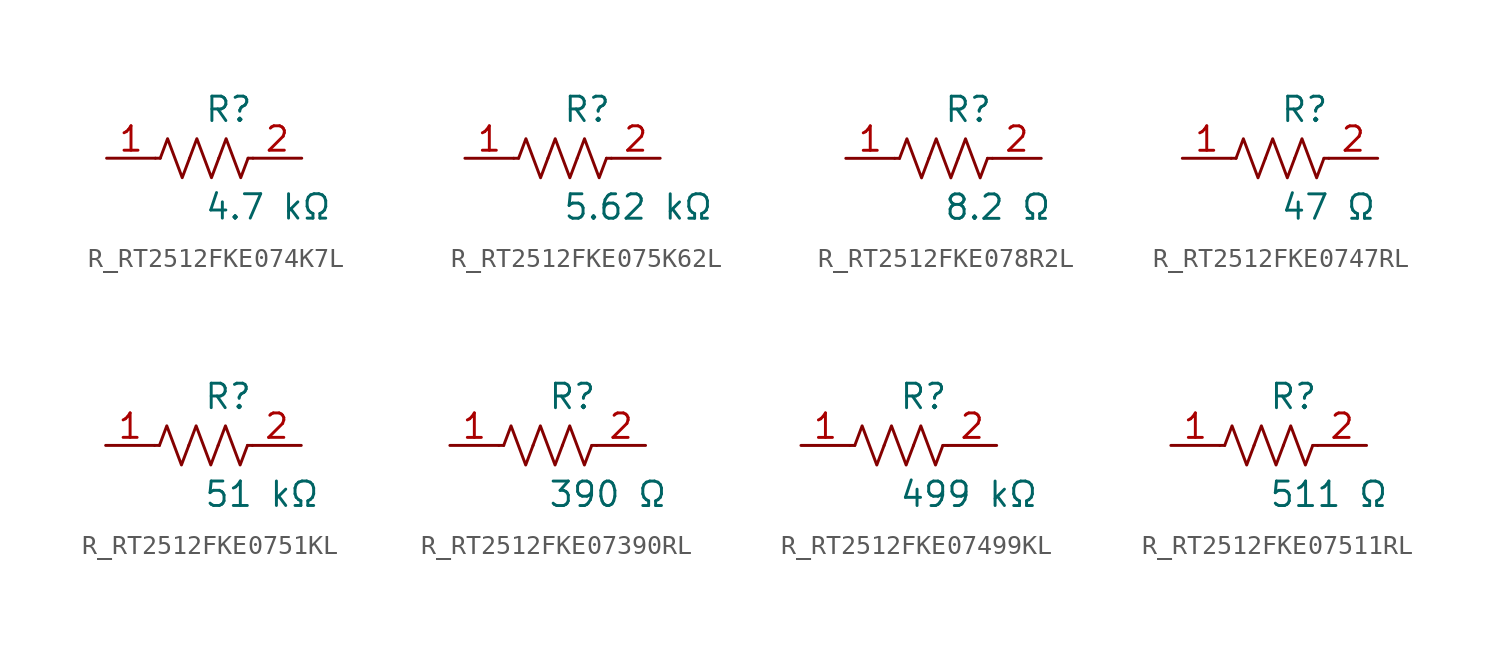
<source format=kicad_sym>
(kicad_symbol_lib
  (version 20231120)
  (generator kicad_symbol_editor)
  (generator_version 8.0)
  (symbol "R_RT2512FKE074K7L"
    (pin_names
      (offset 0.254))
    (property "Reference" "R"
      (at 0 2.54 0)
      (effects (font (size 1.27 1.27)) (justify left)))
    (property "Value" "4.7 kΩ"
      (at 0 -2.54 0)
      (effects (font (size 1.27 1.27)) (justify left)))
    (symbol "R_RT2512FKE074K7L_0_1"
      (polyline (pts (xy 2.286 0) (xy 2.54 0)) (stroke (width 0) (type default)) (fill (type none)))
      (polyline (pts (xy -2.286 0) (xy -2.54 0)) (stroke (width 0) (type default)) (fill (type none)))
      (polyline (pts (xy 0.762 0) (xy 1.143 1.016) (xy 1.524 0) (xy 1.905 -1.016) (xy 2.286 0)) (stroke (width 0) (type default)) (fill (type none)))
      (polyline (pts (xy -0.762 0) (xy -0.381 1.016) (xy 0 0) (xy 0.381 -1.016) (xy 0.762 0)) (stroke (width 0) (type default)) (fill (type none)))
      (polyline (pts (xy -2.286 0) (xy -1.905 1.016) (xy -1.524 0) (xy -1.143 -1.016) (xy -0.762 0)) (stroke (width 0) (type default)) (fill (type none))))
    (pin passive line
      (at -5.08 0 0)
      (length 2.54)
      (name "" (effects (font (size 1.27 1.27))))
      (number "1" (effects (font (size 1.27 1.27)))))
    (pin passive line
      (at 5.08 0 180)
      (length 2.54)
      (name "" (effects (font (size 1.27 1.27))))
      (number "2" (effects (font (size 1.27 1.27))))))
  (symbol "R_RT2512FKE075K62L"
    (pin_names
      (offset 0.254))
    (property "Reference" "R"
      (at 0 2.54 0)
      (effects (font (size 1.27 1.27)) (justify left)))
    (property "Value" "5.62 kΩ"
      (at 0 -2.54 0)
      (effects (font (size 1.27 1.27)) (justify left)))
    (symbol "R_RT2512FKE075K62L_0_1"
      (polyline (pts (xy 2.286 0) (xy 2.54 0)) (stroke (width 0) (type default)) (fill (type none)))
      (polyline (pts (xy -2.286 0) (xy -2.54 0)) (stroke (width 0) (type default)) (fill (type none)))
      (polyline (pts (xy 0.762 0) (xy 1.143 1.016) (xy 1.524 0) (xy 1.905 -1.016) (xy 2.286 0)) (stroke (width 0) (type default)) (fill (type none)))
      (polyline (pts (xy -0.762 0) (xy -0.381 1.016) (xy 0 0) (xy 0.381 -1.016) (xy 0.762 0)) (stroke (width 0) (type default)) (fill (type none)))
      (polyline (pts (xy -2.286 0) (xy -1.905 1.016) (xy -1.524 0) (xy -1.143 -1.016) (xy -0.762 0)) (stroke (width 0) (type default)) (fill (type none))))
    (pin passive line
      (at -5.08 0 0)
      (length 2.54)
      (name "" (effects (font (size 1.27 1.27))))
      (number "1" (effects (font (size 1.27 1.27)))))
    (pin passive line
      (at 5.08 0 180)
      (length 2.54)
      (name "" (effects (font (size 1.27 1.27))))
      (number "2" (effects (font (size 1.27 1.27))))))
  (symbol "R_RT2512FKE078R2L"
    (pin_names
      (offset 0.254))
    (property "Reference" "R"
      (at 0 2.54 0)
      (effects (font (size 1.27 1.27)) (justify left)))
    (property "Value" "8.2 Ω"
      (at 0 -2.54 0)
      (effects (font (size 1.27 1.27)) (justify left)))
    (symbol "R_RT2512FKE078R2L_0_1"
      (polyline (pts (xy 2.286 0) (xy 2.54 0)) (stroke (width 0) (type default)) (fill (type none)))
      (polyline (pts (xy -2.286 0) (xy -2.54 0)) (stroke (width 0) (type default)) (fill (type none)))
      (polyline (pts (xy 0.762 0) (xy 1.143 1.016) (xy 1.524 0) (xy 1.905 -1.016) (xy 2.286 0)) (stroke (width 0) (type default)) (fill (type none)))
      (polyline (pts (xy -0.762 0) (xy -0.381 1.016) (xy 0 0) (xy 0.381 -1.016) (xy 0.762 0)) (stroke (width 0) (type default)) (fill (type none)))
      (polyline (pts (xy -2.286 0) (xy -1.905 1.016) (xy -1.524 0) (xy -1.143 -1.016) (xy -0.762 0)) (stroke (width 0) (type default)) (fill (type none))))
    (pin passive line
      (at -5.08 0 0)
      (length 2.54)
      (name "" (effects (font (size 1.27 1.27))))
      (number "1" (effects (font (size 1.27 1.27)))))
    (pin passive line
      (at 5.08 0 180)
      (length 2.54)
      (name "" (effects (font (size 1.27 1.27))))
      (number "2" (effects (font (size 1.27 1.27))))))
  (symbol "R_RT2512FKE0747RL"
    (pin_names
      (offset 0.254))
    (property "Reference" "R"
      (at 0 2.54 0)
      (effects (font (size 1.27 1.27)) (justify left)))
    (property "Value" "47 Ω"
      (at 0 -2.54 0)
      (effects (font (size 1.27 1.27)) (justify left)))
    (symbol "R_RT2512FKE0747RL_0_1"
      (polyline (pts (xy 2.286 0) (xy 2.54 0)) (stroke (width 0) (type default)) (fill (type none)))
      (polyline (pts (xy -2.286 0) (xy -2.54 0)) (stroke (width 0) (type default)) (fill (type none)))
      (polyline (pts (xy 0.762 0) (xy 1.143 1.016) (xy 1.524 0) (xy 1.905 -1.016) (xy 2.286 0)) (stroke (width 0) (type default)) (fill (type none)))
      (polyline (pts (xy -0.762 0) (xy -0.381 1.016) (xy 0 0) (xy 0.381 -1.016) (xy 0.762 0)) (stroke (width 0) (type default)) (fill (type none)))
      (polyline (pts (xy -2.286 0) (xy -1.905 1.016) (xy -1.524 0) (xy -1.143 -1.016) (xy -0.762 0)) (stroke (width 0) (type default)) (fill (type none))))
    (pin passive line
      (at -5.08 0 0)
      (length 2.54)
      (name "" (effects (font (size 1.27 1.27))))
      (number "1" (effects (font (size 1.27 1.27)))))
    (pin passive line
      (at 5.08 0 180)
      (length 2.54)
      (name "" (effects (font (size 1.27 1.27))))
      (number "2" (effects (font (size 1.27 1.27))))))
  (symbol "R_RT2512FKE0751KL"
    (pin_names
      (offset 0.254))
    (property "Reference" "R"
      (at 0 2.54 0)
      (effects (font (size 1.27 1.27)) (justify left)))
    (property "Value" "51 kΩ"
      (at 0 -2.54 0)
      (effects (font (size 1.27 1.27)) (justify left)))
    (symbol "R_RT2512FKE0751KL_0_1"
      (polyline (pts (xy 2.286 0) (xy 2.54 0)) (stroke (width 0) (type default)) (fill (type none)))
      (polyline (pts (xy -2.286 0) (xy -2.54 0)) (stroke (width 0) (type default)) (fill (type none)))
      (polyline (pts (xy 0.762 0) (xy 1.143 1.016) (xy 1.524 0) (xy 1.905 -1.016) (xy 2.286 0)) (stroke (width 0) (type default)) (fill (type none)))
      (polyline (pts (xy -0.762 0) (xy -0.381 1.016) (xy 0 0) (xy 0.381 -1.016) (xy 0.762 0)) (stroke (width 0) (type default)) (fill (type none)))
      (polyline (pts (xy -2.286 0) (xy -1.905 1.016) (xy -1.524 0) (xy -1.143 -1.016) (xy -0.762 0)) (stroke (width 0) (type default)) (fill (type none))))
    (pin passive line
      (at -5.08 0 0)
      (length 2.54)
      (name "" (effects (font (size 1.27 1.27))))
      (number "1" (effects (font (size 1.27 1.27)))))
    (pin passive line
      (at 5.08 0 180)
      (length 2.54)
      (name "" (effects (font (size 1.27 1.27))))
      (number "2" (effects (font (size 1.27 1.27))))))
  (symbol "R_RT2512FKE07390RL"
    (pin_names
      (offset 0.254))
    (property "Reference" "R"
      (at 0 2.54 0)
      (effects (font (size 1.27 1.27)) (justify left)))
    (property "Value" "390 Ω"
      (at 0 -2.54 0)
      (effects (font (size 1.27 1.27)) (justify left)))
    (symbol "R_RT2512FKE07390RL_0_1"
      (polyline (pts (xy 2.286 0) (xy 2.54 0)) (stroke (width 0) (type default)) (fill (type none)))
      (polyline (pts (xy -2.286 0) (xy -2.54 0)) (stroke (width 0) (type default)) (fill (type none)))
      (polyline (pts (xy 0.762 0) (xy 1.143 1.016) (xy 1.524 0) (xy 1.905 -1.016) (xy 2.286 0)) (stroke (width 0) (type default)) (fill (type none)))
      (polyline (pts (xy -0.762 0) (xy -0.381 1.016) (xy 0 0) (xy 0.381 -1.016) (xy 0.762 0)) (stroke (width 0) (type default)) (fill (type none)))
      (polyline (pts (xy -2.286 0) (xy -1.905 1.016) (xy -1.524 0) (xy -1.143 -1.016) (xy -0.762 0)) (stroke (width 0) (type default)) (fill (type none))))
    (pin passive line
      (at -5.08 0 0)
      (length 2.54)
      (name "" (effects (font (size 1.27 1.27))))
      (number "1" (effects (font (size 1.27 1.27)))))
    (pin passive line
      (at 5.08 0 180)
      (length 2.54)
      (name "" (effects (font (size 1.27 1.27))))
      (number "2" (effects (font (size 1.27 1.27))))))
  (symbol "R_RT2512FKE07499KL"
    (pin_names
      (offset 0.254))
    (property "Reference" "R"
      (at 0 2.54 0)
      (effects (font (size 1.27 1.27)) (justify left)))
    (property "Value" "499 kΩ"
      (at 0 -2.54 0)
      (effects (font (size 1.27 1.27)) (justify left)))
    (symbol "R_RT2512FKE07499KL_0_1"
      (polyline (pts (xy 2.286 0) (xy 2.54 0)) (stroke (width 0) (type default)) (fill (type none)))
      (polyline (pts (xy -2.286 0) (xy -2.54 0)) (stroke (width 0) (type default)) (fill (type none)))
      (polyline (pts (xy 0.762 0) (xy 1.143 1.016) (xy 1.524 0) (xy 1.905 -1.016) (xy 2.286 0)) (stroke (width 0) (type default)) (fill (type none)))
      (polyline (pts (xy -0.762 0) (xy -0.381 1.016) (xy 0 0) (xy 0.381 -1.016) (xy 0.762 0)) (stroke (width 0) (type default)) (fill (type none)))
      (polyline (pts (xy -2.286 0) (xy -1.905 1.016) (xy -1.524 0) (xy -1.143 -1.016) (xy -0.762 0)) (stroke (width 0) (type default)) (fill (type none))))
    (pin passive line
      (at -5.08 0 0)
      (length 2.54)
      (name "" (effects (font (size 1.27 1.27))))
      (number "1" (effects (font (size 1.27 1.27)))))
    (pin passive line
      (at 5.08 0 180)
      (length 2.54)
      (name "" (effects (font (size 1.27 1.27))))
      (number "2" (effects (font (size 1.27 1.27))))))
  (symbol "R_RT2512FKE07511RL"
    (pin_names
      (offset 0.254))
    (property "Reference" "R"
      (at 0 2.54 0)
      (effects (font (size 1.27 1.27)) (justify left)))
    (property "Value" "511 Ω"
      (at 0 -2.54 0)
      (effects (font (size 1.27 1.27)) (justify left)))
    (symbol "R_RT2512FKE07511RL_0_1"
      (polyline (pts (xy 2.286 0) (xy 2.54 0)) (stroke (width 0) (type default)) (fill (type none)))
      (polyline (pts (xy -2.286 0) (xy -2.54 0)) (stroke (width 0) (type default)) (fill (type none)))
      (polyline (pts (xy 0.762 0) (xy 1.143 1.016) (xy 1.524 0) (xy 1.905 -1.016) (xy 2.286 0)) (stroke (width 0) (type default)) (fill (type none)))
      (polyline (pts (xy -0.762 0) (xy -0.381 1.016) (xy 0 0) (xy 0.381 -1.016) (xy 0.762 0)) (stroke (width 0) (type default)) (fill (type none)))
      (polyline (pts (xy -2.286 0) (xy -1.905 1.016) (xy -1.524 0) (xy -1.143 -1.016) (xy -0.762 0)) (stroke (width 0) (type default)) (fill (type none))))
    (pin passive line
      (at -5.08 0 0)
      (length 2.54)
      (name "" (effects (font (size 1.27 1.27))))
      (number "1" (effects (font (size 1.27 1.27)))))
    (pin passive line
      (at 5.08 0 180)
      (length 2.54)
      (name "" (effects (font (size 1.27 1.27))))
      (number "2" (effects (font (size 1.27 1.27)))))))
</source>
